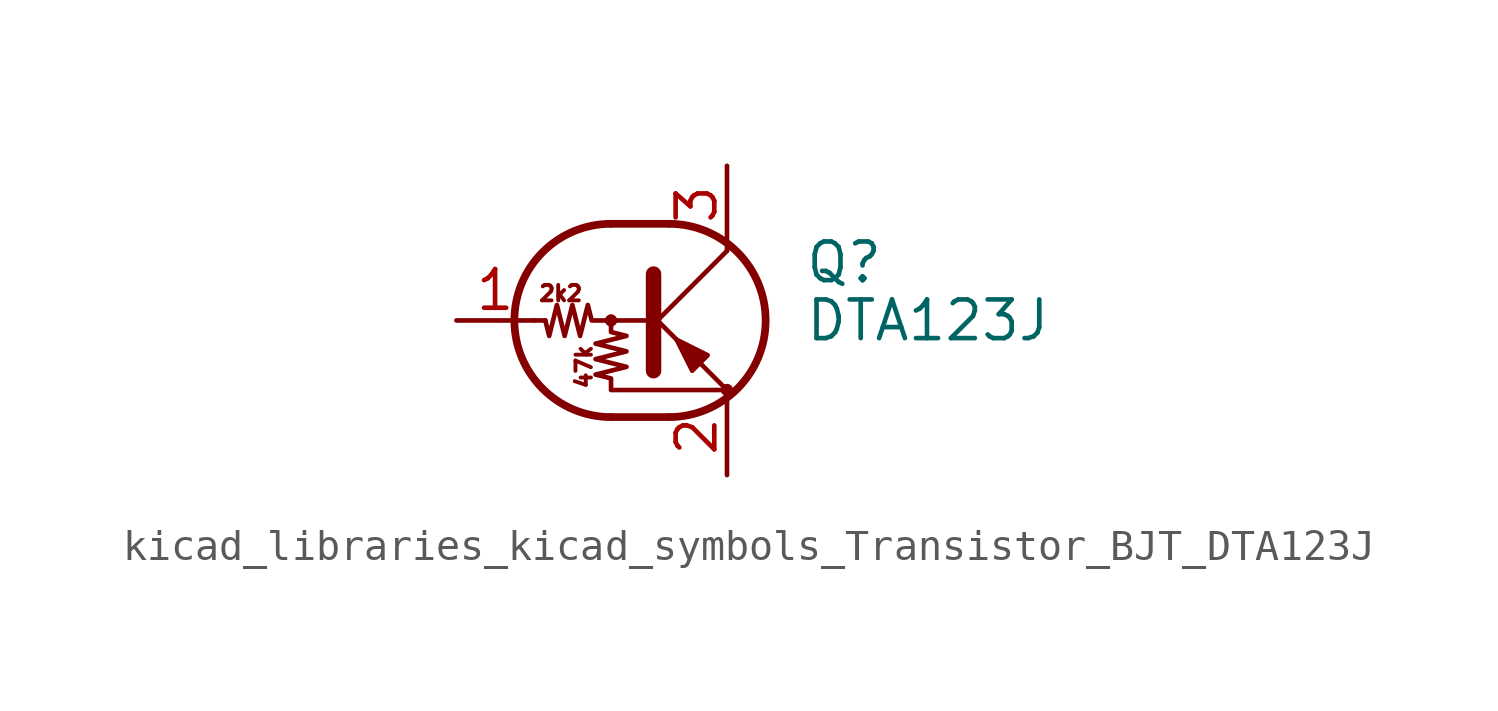
<source format=kicad_sym>
(kicad_symbol_lib
  (version 20220914)
  (generator kicad_symbol_editor)
  (symbol "kicad_libraries_kicad_symbols_Transistor_BJT_DTA123J"
    (pin_names
      (offset 0) hide)
    (property "Reference" "Q"
      (at 5.08 1.905 0)
      (effects (font (size 1.27 1.27)) (justify left)))
    (property "Value" "DTA123J"
      (at 5.08 0 0)
      (effects (font (size 1.27 1.27)) (justify left)))
    (symbol "kicad_libraries_kicad_symbols_Transistor_BJT_DTA123J_0_0"
      (text "2k2" (at -2.921 0.889 0) (effects (font (size 0.508 0.508))))
      (text "47k" (at -2.159 -1.524 900) (effects (font (size 0.508 0.508)))))
    (symbol "kicad_libraries_kicad_symbols_Transistor_BJT_DTA123J_0_1"
      (circle (center -1.27 0) (radius 0.127) (stroke (width 0) (type default)) (fill (type none)))
      (arc (start -1.27 3.175) (mid -4.4312 0) (end -1.27 -3.175) (stroke (width 0.254) (type default)) (fill (type none)))
      (polyline (pts (xy -3.429 0) (xy -3.81 0)) (stroke (width 0) (type default)) (fill (type none)))
      (polyline (pts (xy -1.27 -3.175) (xy 0.635 -3.175)) (stroke (width 0.254) (type default)) (fill (type none)))
      (polyline (pts (xy -1.27 3.175) (xy 0.635 3.175)) (stroke (width 0.254) (type default)) (fill (type none)))
      (polyline (pts (xy 0 -0.254) (xy 2.54 2.286)) (stroke (width 0) (type default)) (fill (type none)))
      (polyline (pts (xy 0.127 1.524) (xy 0.127 -1.651)) (stroke (width 0.508) (type default)) (fill (type outline)))
      (polyline (pts (xy 2.54 2.286) (xy 2.54 2.54)) (stroke (width 0) (type default)) (fill (type none)))
      (polyline (pts (xy 2.54 -2.286) (xy 0 0.254) (xy 0 0.254)) (stroke (width 0) (type default)) (fill (type none)))
      (polyline (pts (xy 1.397 -1.651) (xy 1.905 -1.143) (xy 0.889 -0.635) (xy 1.397 -1.651)) (stroke (width 0) (type default)) (fill (type outline)))
      (polyline (pts (xy 0 0) (xy -1.905 0) (xy -2.032 0.508) (xy -2.286 -0.508) (xy -2.54 0.508) (xy -2.794 -0.508) (xy -3.048 0.508) (xy -3.302 -0.508) (xy -3.429 0)) (stroke (width 0) (type default)) (fill (type none)))
      (polyline (pts (xy -1.27 0) (xy -1.27 -0.381) (xy -0.762 -0.508) (xy -1.778 -0.762) (xy -0.762 -1.016) (xy -1.778 -1.27) (xy -0.762 -1.524) (xy -1.778 -1.778) (xy -1.27 -1.905) (xy -1.27 -2.286) (xy 2.54 -2.286)) (stroke (width 0) (type default)) (fill (type none)))
      (arc (start 0.635 -3.175) (mid 3.7962 0) (end 0.635 3.175) (stroke (width 0.254) (type default)) (fill (type none)))
      (circle (center 2.54 -2.286) (radius 0.127) (stroke (width 0) (type default)) (fill (type none))))
    (symbol "kicad_libraries_kicad_symbols_Transistor_BJT_DTA123J_1_1"
      (pin input line (at -6.35 0 0) (length 2.54) (name "B" (effects (font (size 1.27 1.27)))) (number "1" (effects (font (size 1.27 1.27)))))
      (pin passive line (at 2.54 -5.08 90) (length 2.54) (name "E" (effects (font (size 1.27 1.27)))) (number "2" (effects (font (size 1.27 1.27)))))
      (pin passive line (at 2.54 5.08 270) (length 2.54) (name "C" (effects (font (size 1.27 1.27)))) (number "3" (effects (font (size 1.27 1.27))))))))
</source>
